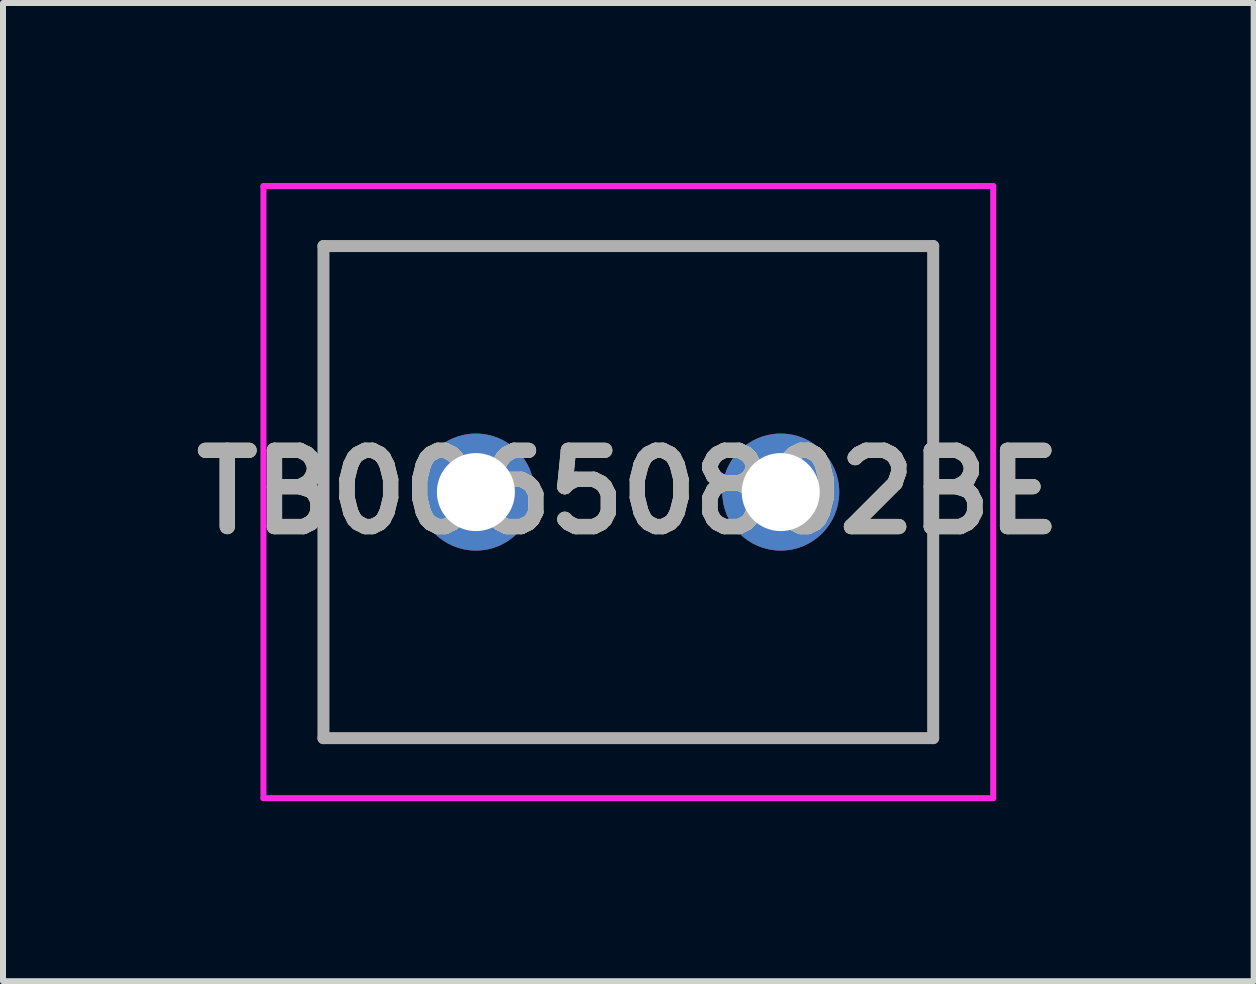
<source format=kicad_pcb>
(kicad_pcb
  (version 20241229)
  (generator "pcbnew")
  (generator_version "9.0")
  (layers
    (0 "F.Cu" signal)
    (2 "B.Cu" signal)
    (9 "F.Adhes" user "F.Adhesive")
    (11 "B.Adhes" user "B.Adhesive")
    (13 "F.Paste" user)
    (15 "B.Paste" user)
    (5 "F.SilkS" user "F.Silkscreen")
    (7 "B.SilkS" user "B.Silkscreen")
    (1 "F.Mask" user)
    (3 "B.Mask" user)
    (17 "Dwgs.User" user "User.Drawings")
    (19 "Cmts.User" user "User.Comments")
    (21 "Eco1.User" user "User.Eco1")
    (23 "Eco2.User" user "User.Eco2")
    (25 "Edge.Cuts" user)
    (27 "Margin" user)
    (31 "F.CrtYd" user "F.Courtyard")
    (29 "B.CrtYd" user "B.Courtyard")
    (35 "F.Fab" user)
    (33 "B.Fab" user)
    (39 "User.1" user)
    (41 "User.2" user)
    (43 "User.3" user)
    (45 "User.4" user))
  (footprint "TB00650802BE"
    (layer "F.Cu")
    (at 4.88 5.15)
    (property "Reference" "TB00650802BE" (at 2.54 0 0) (layer "F.SilkS") (effects (font (size 1.27 1.27) (thickness 0.254))))
    (attr through_hole)
    (fp_line (start -2.54 -4.1) (end 7.62 -4.1) (stroke (width 0.1) (type solid)) (layer "F.SilkS"))
    (fp_line (start -2.54 4.1) (end -2.54 -4.1) (stroke (width 0.1) (type solid)) (layer "F.SilkS"))
    (fp_line (start 7.62 -4.1) (end 7.62 4.1) (stroke (width 0.1) (type solid)) (layer "F.SilkS"))
    (fp_line (start 7.62 4.1) (end -2.54 4.1) (stroke (width 0.1) (type solid)) (layer "F.SilkS"))
    (fp_line (start -3.54 -5.1) (end 8.62 -5.1) (stroke (width 0.1) (type solid)) (layer "F.CrtYd"))
    (fp_line (start -3.54 5.1) (end -3.54 -5.1) (stroke (width 0.1) (type solid)) (layer "F.CrtYd"))
    (fp_line (start 8.62 -5.1) (end 8.62 5.1) (stroke (width 0.1) (type solid)) (layer "F.CrtYd"))
    (fp_line (start 8.62 5.1) (end -3.54 5.1) (stroke (width 0.1) (type solid)) (layer "F.CrtYd"))
    (fp_line (start -2.54 -4.1) (end 7.62 -4.1) (stroke (width 0.2) (type solid)) (layer "F.Fab"))
    (fp_line (start -2.54 4.1) (end -2.54 -4.1) (stroke (width 0.2) (type solid)) (layer "F.Fab"))
    (fp_line (start 7.62 -4.1) (end 7.62 4.1) (stroke (width 0.2) (type solid)) (layer "F.Fab"))
    (fp_line (start 7.62 4.1) (end -2.54 4.1) (stroke (width 0.2) (type solid)) (layer "F.Fab"))
    (fp_text user "${REFERENCE}" (at 2.54 0 0) (layer "F.Fab") (effects (font (size 1.27 1.27) (thickness 0.254))))
    (pad "1" thru_hole circle (at 0 0) (size 1.95 1.95) (drill 1.3) (layers "*.Cu" "*.Mask"))
    (pad "2" thru_hole circle (at 5.08 0) (size 1.95 1.95) (drill 1.3) (layers "*.Cu" "*.Mask")))
  (gr_rect
    (start -3 -3)
    (end 17.841 13.3)
    (stroke (width 0.1) (type default))
    (fill no)
    (layer "Edge.Cuts")))
</source>
